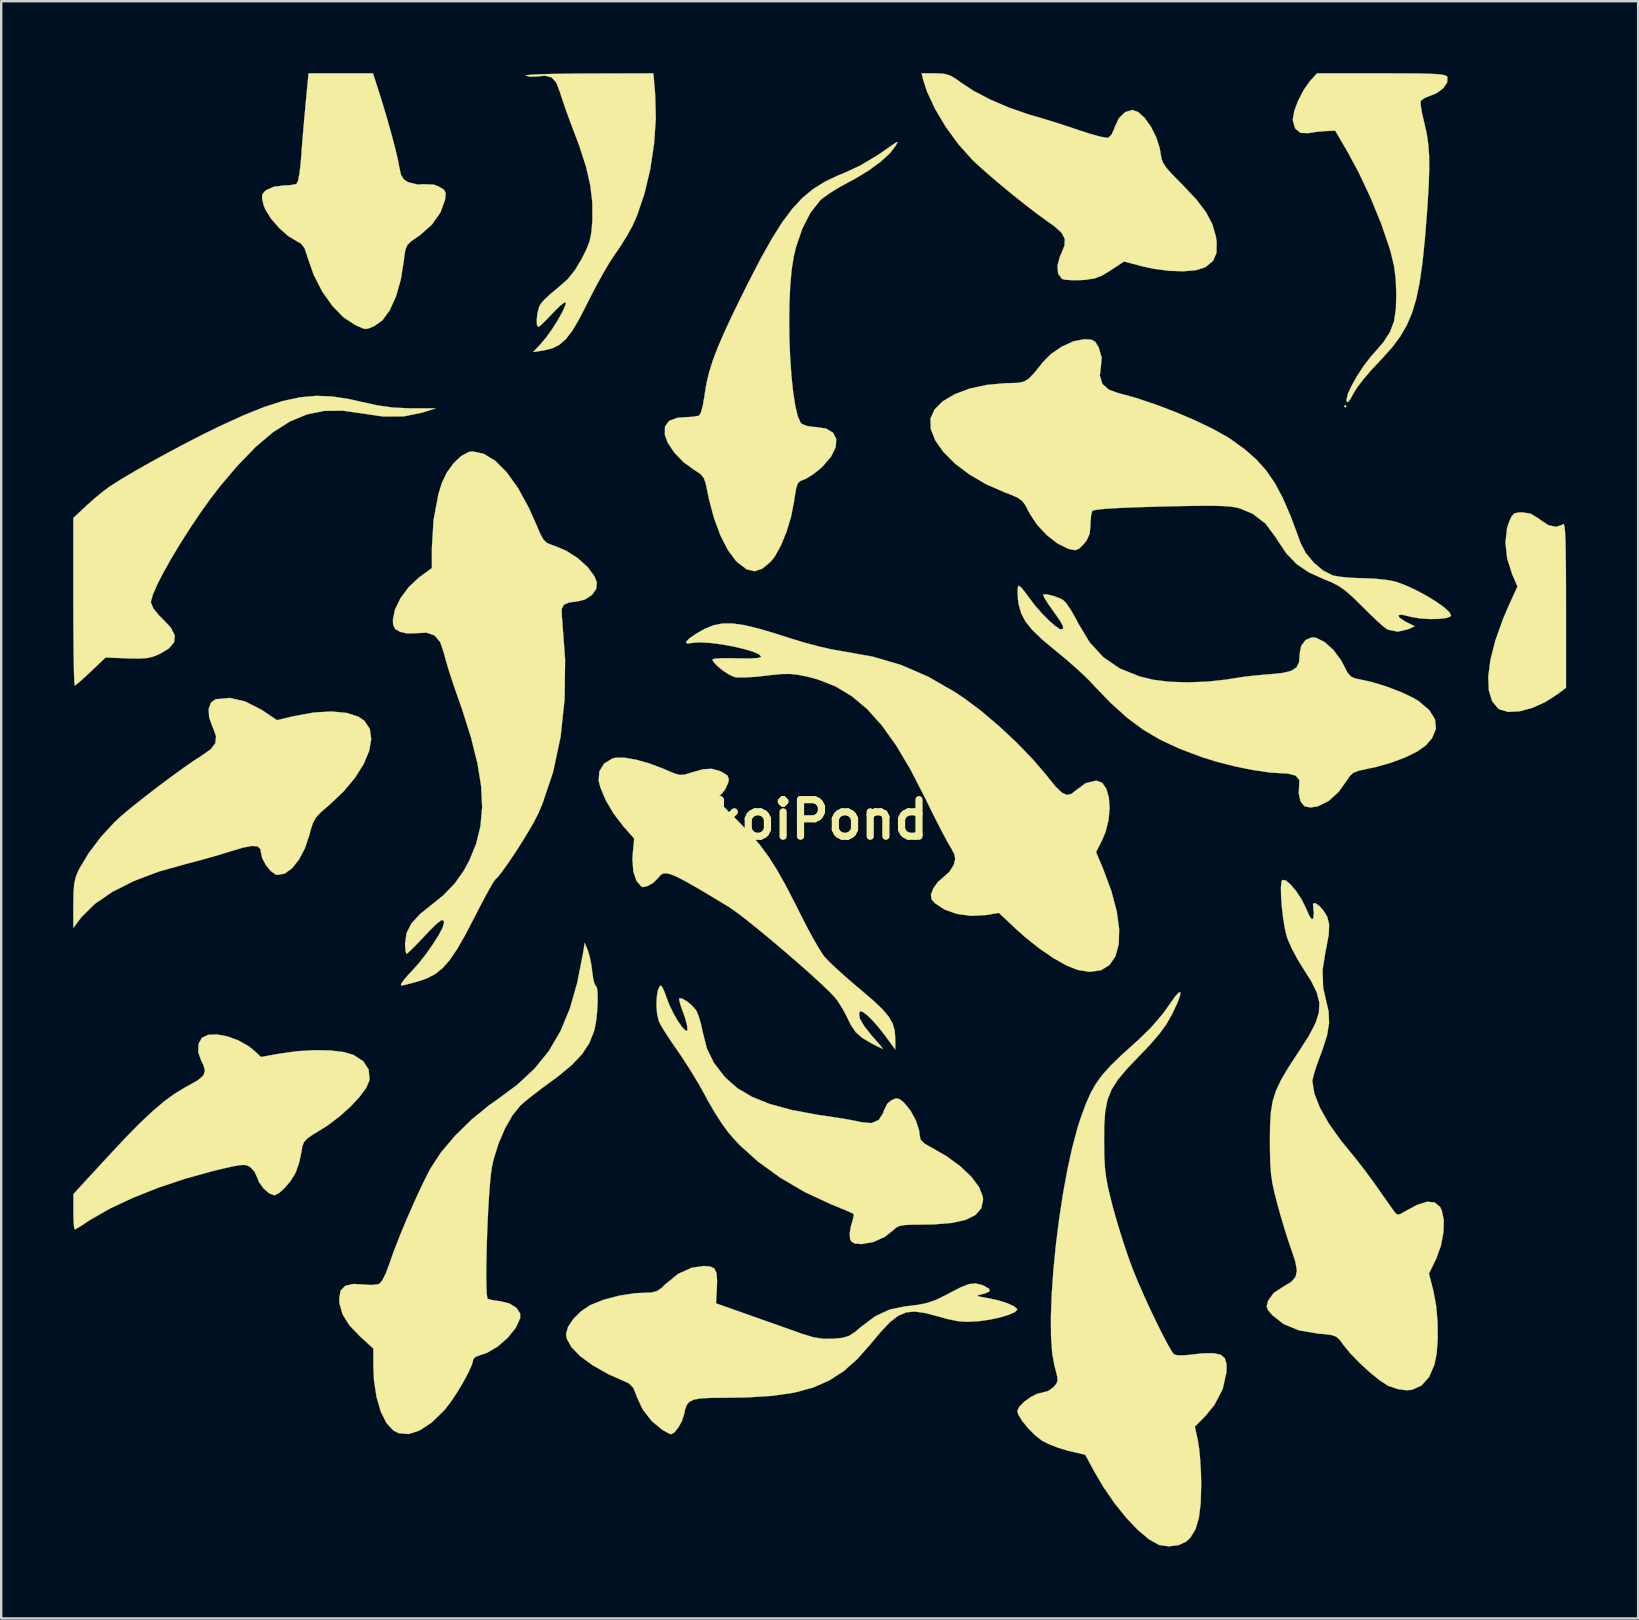
<source format=kicad_pcb>
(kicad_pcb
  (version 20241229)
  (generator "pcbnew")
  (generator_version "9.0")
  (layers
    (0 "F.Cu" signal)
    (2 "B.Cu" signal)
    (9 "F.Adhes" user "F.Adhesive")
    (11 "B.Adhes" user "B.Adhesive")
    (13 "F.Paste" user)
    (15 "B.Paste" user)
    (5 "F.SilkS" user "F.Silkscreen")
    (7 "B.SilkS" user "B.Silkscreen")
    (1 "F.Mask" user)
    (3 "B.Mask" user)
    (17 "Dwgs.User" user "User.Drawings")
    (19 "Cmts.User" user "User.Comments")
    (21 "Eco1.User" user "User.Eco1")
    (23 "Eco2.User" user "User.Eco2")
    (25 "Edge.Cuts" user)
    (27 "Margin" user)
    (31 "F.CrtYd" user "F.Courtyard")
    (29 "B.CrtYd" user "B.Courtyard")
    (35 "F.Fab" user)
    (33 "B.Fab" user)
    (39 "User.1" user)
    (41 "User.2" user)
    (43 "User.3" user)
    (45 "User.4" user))
  (footprint "koiPond"
    (layer "F.Cu")
    (at 31.095 31.095)
    (property "Reference" "koiPond" (at 0 0 0) (layer "F.SilkS") (effects (font (size 1.524 1.524) (thickness 0.3))))
    (attr through_hole)
    (fp_poly (pts (xy 21.946 -17.221) (xy 21.895 -17.17) (xy 21.844 -17.221) (xy 21.895 -17.272) (xy 21.946 -17.221)) (stroke (width 0.01) (type solid)) (fill yes) (layer "F.SilkS"))
    (fp_poly (pts (xy 29.618 -12.746) (xy 29.939 -12.554) (xy 30.007 -12.497) (xy 30.354 -12.269) (xy 30.677 -12.196) (xy 30.937 -12.286) (xy 30.968 -12.314) (xy 31.002 -12.305) (xy 31.029 -12.194) (xy 31.051 -11.965) (xy 31.067 -11.603) (xy 31.078 -11.093) (xy 31.086 -10.42) (xy 31.089 -9.567) (xy 31.09 -8.966) (xy 31.09 -5.497) (xy 30.759 -5.244) (xy 30.227 -4.901) (xy 29.678 -4.654) (xy 29.15 -4.514) (xy 28.685 -4.49) (xy 28.322 -4.593) (xy 28.275 -4.623) (xy 28.016 -4.926) (xy 27.875 -5.377) (xy 27.851 -5.96) (xy 27.941 -6.66) (xy 28.145 -7.461) (xy 28.46 -8.347) (xy 28.717 -8.946) (xy 29.068 -9.714) (xy 28.85 -10.216) (xy 28.641 -10.872) (xy 28.567 -11.533) (xy 28.632 -12.137) (xy 28.696 -12.344) (xy 28.814 -12.62) (xy 28.931 -12.755) (xy 29.11 -12.798) (xy 29.266 -12.802) (xy 29.618 -12.746)) (stroke (width 0.01) (type solid)) (fill yes) (layer "F.SilkS"))
    (fp_poly (pts (xy -18.403 -30.455) (xy -18.202 -29.814) (xy -18.006 -29.153) (xy -17.827 -28.513) (xy -17.676 -27.939) (xy -17.566 -27.474) (xy -17.511 -27.18) (xy -17.442 -26.861) (xy -17.32 -26.671) (xy -17.153 -26.559) (xy -16.742 -26.455) (xy -16.52 -26.472) (xy -16.076 -26.455) (xy -15.858 -26.37) (xy -15.65 -26.241) (xy -15.578 -26.097) (xy -15.601 -25.85) (xy -15.606 -25.827) (xy -15.797 -25.295) (xy -16.157 -24.786) (xy -16.652 -24.347) (xy -16.73 -24.294) (xy -17.01 -24.101) (xy -17.172 -23.944) (xy -17.256 -23.751) (xy -17.304 -23.454) (xy -17.322 -23.29) (xy -17.45 -22.497) (xy -17.648 -21.803) (xy -17.904 -21.232) (xy -18.207 -20.811) (xy -18.545 -20.566) (xy -18.548 -20.565) (xy -18.766 -20.473) (xy -18.903 -20.439) (xy -19.039 -20.469) (xy -19.257 -20.567) (xy -19.355 -20.612) (xy -19.834 -20.925) (xy -20.299 -21.401) (xy -20.722 -22.002) (xy -21.075 -22.688) (xy -21.332 -23.419) (xy -21.348 -23.478) (xy -21.458 -23.806) (xy -21.602 -23.996) (xy -21.771 -24.091) (xy -22.133 -24.308) (xy -22.51 -24.641) (xy -22.848 -25.029) (xy -23.091 -25.415) (xy -23.166 -25.607) (xy -23.23 -25.887) (xy -23.218 -26.051) (xy -23.114 -26.175) (xy -23.047 -26.229) (xy -22.744 -26.365) (xy -22.352 -26.415) (xy -22.049 -26.433) (xy -21.829 -26.474) (xy -21.783 -26.494) (xy -21.728 -26.622) (xy -21.673 -26.904) (xy -21.625 -27.292) (xy -21.605 -27.534) (xy -21.567 -28.039) (xy -21.517 -28.661) (xy -21.46 -29.311) (xy -21.416 -29.794) (xy -21.292 -31.09) (xy -18.609 -31.09) (xy -18.403 -30.455)) (stroke (width 0.01) (type solid)) (fill yes) (layer "F.SilkS"))
    (fp_poly (pts (xy -20.292 -17.628) (xy -19.591 -17.519) (xy -19.152 -17.419) (xy -18.434 -17.26) (xy -17.8 -17.17) (xy -17.146 -17.137) (xy -17.018 -17.136) (xy -16.002 -17.134) (xy -16.561 -16.955) (xy -17.336 -16.798) (xy -18.207 -16.797) (xy -19.08 -16.926) (xy -19.889 -17.04) (xy -20.645 -17.028) (xy -21.365 -16.881) (xy -22.068 -16.588) (xy -22.771 -16.141) (xy -23.493 -15.531) (xy -24.252 -14.747) (xy -24.956 -13.919) (xy -25.372 -13.38) (xy -25.803 -12.778) (xy -26.232 -12.139) (xy -26.644 -11.492) (xy -27.02 -10.864) (xy -27.346 -10.283) (xy -27.605 -9.775) (xy -27.78 -9.369) (xy -27.856 -9.091) (xy -27.857 -9.042) (xy -27.759 -8.802) (xy -27.516 -8.503) (xy -27.389 -8.382) (xy -27.03 -8.002) (xy -26.864 -7.674) (xy -26.892 -7.388) (xy -27.115 -7.129) (xy -27.483 -6.909) (xy -27.748 -6.797) (xy -28.011 -6.734) (xy -28.338 -6.711) (xy -28.796 -6.719) (xy -28.846 -6.721) (xy -29.748 -6.756) (xy -30.36 -6.172) (xy -30.648 -5.904) (xy -30.878 -5.701) (xy -31.014 -5.596) (xy -31.031 -5.588) (xy -31.045 -5.686) (xy -31.058 -5.963) (xy -31.069 -6.398) (xy -31.078 -6.966) (xy -31.084 -7.645) (xy -31.089 -8.41) (xy -31.09 -9.078) (xy -31.09 -12.569) (xy -30.556 -13.071) (xy -30.206 -13.383) (xy -29.833 -13.687) (xy -29.566 -13.884) (xy -29.13 -14.162) (xy -28.553 -14.505) (xy -27.873 -14.89) (xy -27.133 -15.296) (xy -26.373 -15.699) (xy -25.633 -16.078) (xy -25.053 -16.362) (xy -24.032 -16.831) (xy -23.145 -17.189) (xy -22.36 -17.442) (xy -21.644 -17.595) (xy -20.965 -17.656) (xy -20.292 -17.628)) (stroke (width 0.01) (type solid)) (fill yes) (layer "F.SilkS"))
    (fp_poly (pts (xy -23.939 -4.927) (xy -23.263 -4.585) (xy -23.146 -4.508) (xy -22.608 -4.147) (xy -21.892 -4.315) (xy -21.071 -4.464) (xy -20.334 -4.507) (xy -19.705 -4.448) (xy -19.211 -4.287) (xy -18.961 -4.117) (xy -18.741 -3.784) (xy -18.68 -3.358) (xy -18.768 -2.861) (xy -18.997 -2.316) (xy -19.357 -1.745) (xy -19.839 -1.169) (xy -20.433 -0.609) (xy -20.463 -0.584) (xy -20.781 -0.31) (xy -20.983 -0.091) (xy -21.111 0.14) (xy -21.211 0.451) (xy -21.259 0.641) (xy -21.445 1.196) (xy -21.694 1.667) (xy -21.982 2.027) (xy -22.287 2.247) (xy -22.585 2.302) (xy -22.659 2.285) (xy -22.865 2.142) (xy -23.072 1.887) (xy -23.223 1.6) (xy -23.266 1.409) (xy -23.301 1.215) (xy -23.42 1.11) (xy -23.649 1.093) (xy -24.013 1.162) (xy -24.537 1.316) (xy -24.555 1.322) (xy -25.096 1.488) (xy -25.681 1.655) (xy -26.209 1.796) (xy -26.375 1.837) (xy -27.539 2.164) (xy -28.576 2.557) (xy -29.467 3.008) (xy -30.195 3.508) (xy -30.742 4.047) (xy -30.81 4.134) (xy -31.09 4.507) (xy -31.09 3.52) (xy -31.082 3.023) (xy -31.052 2.668) (xy -30.99 2.391) (xy -30.885 2.132) (xy -30.846 2.053) (xy -30.454 1.399) (xy -29.944 0.725) (xy -29.377 0.107) (xy -29.097 -0.152) (xy -28.675 -0.505) (xy -28.163 -0.914) (xy -27.602 -1.346) (xy -27.035 -1.77) (xy -26.504 -2.156) (xy -26.051 -2.47) (xy -25.752 -2.662) (xy -25.371 -2.93) (xy -25.174 -3.188) (xy -25.145 -3.475) (xy -25.271 -3.83) (xy -25.297 -3.88) (xy -25.434 -4.263) (xy -25.452 -4.613) (xy -25.355 -4.882) (xy -25.162 -5.018) (xy -24.572 -5.072) (xy -23.939 -4.927)) (stroke (width 0.01) (type solid)) (fill yes) (layer "F.SilkS"))
    (fp_poly (pts (xy -6.852 -30.201) (xy -6.826 -29.212) (xy -6.898 -28.157) (xy -7.059 -27.092) (xy -7.299 -26.076) (xy -7.608 -25.165) (xy -7.813 -24.709) (xy -8.034 -24.313) (xy -8.315 -23.864) (xy -8.551 -23.52) (xy -8.76 -23.203) (xy -9.024 -22.754) (xy -9.314 -22.228) (xy -9.6 -21.676) (xy -9.68 -21.515) (xy -10.014 -20.861) (xy -10.303 -20.372) (xy -10.571 -20.022) (xy -10.841 -19.785) (xy -11.139 -19.636) (xy -11.489 -19.549) (xy -11.543 -19.54) (xy -11.938 -19.48) (xy -11.614 -19.824) (xy -11.385 -20.1) (xy -11.138 -20.448) (xy -10.903 -20.819) (xy -10.712 -21.162) (xy -10.594 -21.427) (xy -10.571 -21.533) (xy -10.634 -21.545) (xy -10.803 -21.418) (xy -11.055 -21.172) (xy -11.115 -21.107) (xy -11.377 -20.832) (xy -11.588 -20.626) (xy -11.709 -20.527) (xy -11.72 -20.523) (xy -11.777 -20.61) (xy -11.787 -20.822) (xy -11.757 -21.09) (xy -11.693 -21.344) (xy -11.631 -21.477) (xy -11.474 -21.657) (xy -11.21 -21.904) (xy -10.895 -22.165) (xy -10.891 -22.168) (xy -10.501 -22.511) (xy -10.193 -22.892) (xy -9.907 -23.377) (xy -9.704 -23.785) (xy -9.58 -24.115) (xy -9.511 -24.454) (xy -9.474 -24.889) (xy -9.468 -25.011) (xy -9.471 -25.719) (xy -9.557 -26.435) (xy -9.734 -27.203) (xy -10.013 -28.068) (xy -10.213 -28.6) (xy -10.407 -29.111) (xy -10.591 -29.619) (xy -10.741 -30.057) (xy -10.818 -30.302) (xy -10.97 -30.699) (xy -11.166 -30.921) (xy -11.445 -30.993) (xy -11.764 -30.96) (xy -12.049 -30.951) (xy -12.243 -30.992) (xy -12.201 -31.014) (xy -11.979 -31.035) (xy -11.598 -31.053) (xy -11.082 -31.067) (xy -10.453 -31.077) (xy -9.733 -31.082) (xy -9.687 -31.082) (xy -6.927 -31.09) (xy -6.852 -30.201)) (stroke (width 0.01) (type solid)) (fill yes) (layer "F.SilkS"))
    (fp_poly (pts (xy -24.668 9.029) (xy -24.212 9.197) (xy -23.786 9.438) (xy -23.55 9.628) (xy -23.275 9.885) (xy -22.483 9.743) (xy -21.762 9.644) (xy -21.047 9.601) (xy -20.385 9.614) (xy -19.826 9.68) (xy -19.421 9.798) (xy -19.015 10.063) (xy -18.789 10.405) (xy -18.751 10.811) (xy -18.762 10.877) (xy -18.893 11.176) (xy -19.165 11.545) (xy -19.541 11.948) (xy -19.988 12.351) (xy -20.47 12.718) (xy -20.759 12.903) (xy -21.126 13.126) (xy -21.355 13.289) (xy -21.484 13.435) (xy -21.551 13.606) (xy -21.591 13.846) (xy -21.594 13.868) (xy -21.678 14.261) (xy -21.805 14.641) (xy -21.856 14.753) (xy -22.047 15.058) (xy -22.284 15.341) (xy -22.52 15.554) (xy -22.707 15.646) (xy -22.718 15.646) (xy -22.935 15.564) (xy -23.168 15.36) (xy -23.354 15.101) (xy -23.42 14.931) (xy -23.545 14.656) (xy -23.724 14.469) (xy -23.836 14.409) (xy -23.968 14.382) (xy -24.159 14.392) (xy -24.446 14.442) (xy -24.865 14.537) (xy -25.264 14.633) (xy -26.424 14.953) (xy -27.557 15.333) (xy -28.621 15.756) (xy -29.574 16.204) (xy -30.377 16.663) (xy -30.549 16.777) (xy -30.803 16.944) (xy -30.983 17.05) (xy -31.032 17.069) (xy -31.06 16.976) (xy -31.079 16.73) (xy -31.088 16.382) (xy -31.088 16.332) (xy -31.086 15.596) (xy -29.673 14.059) (xy -28.955 13.291) (xy -28.34 12.664) (xy -27.804 12.157) (xy -27.326 11.75) (xy -26.882 11.425) (xy -26.45 11.16) (xy -26.283 11.07) (xy -25.891 10.847) (xy -25.673 10.654) (xy -25.607 10.454) (xy -25.675 10.211) (xy -25.756 10.058) (xy -25.886 9.69) (xy -25.873 9.339) (xy -25.736 9.088) (xy -25.479 8.963) (xy -25.106 8.947) (xy -24.668 9.029)) (stroke (width 0.01) (type solid)) (fill yes) (layer "F.SilkS"))
    (fp_poly (pts (xy 24.222 -31.088) (xy 24.859 -31.084) (xy 25.339 -31.074) (xy 25.683 -31.059) (xy 25.914 -31.037) (xy 26.055 -31.006) (xy 26.128 -30.965) (xy 26.151 -30.93) (xy 26.138 -30.706) (xy 25.975 -30.469) (xy 25.706 -30.267) (xy 25.471 -30.171) (xy 25.211 -30.071) (xy 25.05 -29.957) (xy 25.034 -29.931) (xy 25.035 -29.775) (xy 25.082 -29.481) (xy 25.165 -29.105) (xy 25.192 -29.002) (xy 25.288 -28.578) (xy 25.352 -28.14) (xy 25.387 -27.652) (xy 25.391 -27.078) (xy 25.367 -26.384) (xy 25.316 -25.535) (xy 25.295 -25.248) (xy 25.204 -24.116) (xy 25.105 -23.161) (xy 24.988 -22.357) (xy 24.847 -21.679) (xy 24.672 -21.1) (xy 24.455 -20.594) (xy 24.188 -20.135) (xy 23.863 -19.697) (xy 23.47 -19.254) (xy 23.323 -19.101) (xy 22.964 -18.715) (xy 22.639 -18.333) (xy 22.387 -18.004) (xy 22.262 -17.805) (xy 22.095 -17.502) (xy 21.992 -17.383) (xy 21.948 -17.443) (xy 21.946 -17.501) (xy 22.005 -17.74) (xy 22.164 -18.087) (xy 22.393 -18.49) (xy 22.662 -18.901) (xy 22.942 -19.268) (xy 23.064 -19.406) (xy 23.48 -19.885) (xy 23.759 -20.316) (xy 23.926 -20.762) (xy 24.004 -21.286) (xy 24.02 -21.895) (xy 23.996 -22.522) (xy 23.928 -23.056) (xy 23.799 -23.602) (xy 23.734 -23.825) (xy 23.388 -24.835) (xy 22.949 -25.908) (xy 22.458 -26.953) (xy 22.008 -27.788) (xy 21.475 -28.702) (xy 21.075 -28.685) (xy 20.718 -28.655) (xy 20.386 -28.604) (xy 20.362 -28.599) (xy 20.035 -28.608) (xy 19.812 -28.783) (xy 19.714 -29.107) (xy 19.711 -29.192) (xy 19.772 -29.53) (xy 19.931 -29.95) (xy 20.153 -30.38) (xy 20.406 -30.746) (xy 20.461 -30.81) (xy 20.717 -31.09) (xy 23.403 -31.09) (xy 24.222 -31.088)) (stroke (width 0.01) (type solid)) (fill yes) (layer "F.SilkS"))
    (fp_poly (pts (xy 5.17 -31.073) (xy 5.436 -30.999) (xy 5.709 -30.835) (xy 5.867 -30.718) (xy 6.415 -30.357) (xy 7.107 -29.996) (xy 7.883 -29.664) (xy 8.684 -29.385) (xy 8.89 -29.325) (xy 9.408 -29.172) (xy 10.016 -28.982) (xy 10.612 -28.786) (xy 10.839 -28.708) (xy 11.278 -28.566) (xy 11.656 -28.462) (xy 11.927 -28.408) (xy 12.032 -28.408) (xy 12.158 -28.539) (xy 12.273 -28.787) (xy 12.295 -28.861) (xy 12.465 -29.224) (xy 12.723 -29.474) (xy 13.02 -29.566) (xy 13.274 -29.474) (xy 13.543 -29.226) (xy 13.8 -28.866) (xy 14.016 -28.437) (xy 14.163 -27.982) (xy 14.203 -27.749) (xy 14.238 -27.543) (xy 14.309 -27.358) (xy 14.441 -27.158) (xy 14.661 -26.907) (xy 14.994 -26.565) (xy 15.136 -26.424) (xy 15.694 -25.832) (xy 16.095 -25.303) (xy 16.358 -24.804) (xy 16.504 -24.3) (xy 16.537 -24.069) (xy 16.53 -23.613) (xy 16.39 -23.282) (xy 16.095 -23.036) (xy 16.025 -22.998) (xy 15.665 -22.889) (xy 15.163 -22.845) (xy 14.571 -22.863) (xy 13.939 -22.943) (xy 13.424 -23.055) (xy 12.676 -23.252) (xy 12.116 -22.881) (xy 11.757 -22.664) (xy 11.448 -22.545) (xy 11.084 -22.49) (xy 10.884 -22.477) (xy 10.521 -22.472) (xy 10.234 -22.491) (xy 10.092 -22.527) (xy 9.931 -22.751) (xy 9.905 -23.083) (xy 10.014 -23.476) (xy 10.058 -23.571) (xy 10.198 -23.913) (xy 10.211 -24.19) (xy 10.081 -24.442) (xy 9.79 -24.71) (xy 9.525 -24.9) (xy 9.094 -25.21) (xy 8.571 -25.611) (xy 8.003 -26.064) (xy 7.436 -26.532) (xy 6.919 -26.976) (xy 6.496 -27.358) (xy 6.338 -27.511) (xy 5.771 -28.148) (xy 5.249 -28.866) (xy 4.804 -29.612) (xy 4.47 -30.333) (xy 4.315 -30.812) (xy 4.245 -31.09) (xy 4.814 -31.09) (xy 5.17 -31.073)) (stroke (width 0.01) (type solid)) (fill yes) (layer "F.SilkS"))
    (fp_poly (pts (xy 3.238 -28.217) (xy 3.172 -28.084) (xy 2.93 -27.766) (xy 2.538 -27.407) (xy 2.035 -27.039) (xy 1.462 -26.693) (xy 1.252 -26.583) (xy 0.82 -26.347) (xy 0.419 -26.099) (xy 0.11 -25.878) (xy 0.016 -25.795) (xy -0.383 -25.286) (xy -0.725 -24.618) (xy -0.992 -23.83) (xy -1.08 -23.459) (xy -1.166 -22.916) (xy -1.226 -22.268) (xy -1.26 -21.543) (xy -1.271 -20.771) (xy -1.26 -19.983) (xy -1.227 -19.207) (xy -1.175 -18.472) (xy -1.105 -17.81) (xy -1.018 -17.248) (xy -0.916 -16.817) (xy -0.8 -16.546) (xy -0.744 -16.485) (xy -0.53 -16.4) (xy -0.23 -16.359) (xy -0.18 -16.358) (xy 0.266 -16.294) (xy 0.558 -16.119) (xy 0.692 -15.853) (xy 0.668 -15.518) (xy 0.482 -15.135) (xy 0.134 -14.726) (xy -0.02 -14.586) (xy -0.303 -14.368) (xy -0.562 -14.208) (xy -0.679 -14.159) (xy -0.819 -14.106) (xy -0.913 -14.002) (xy -0.98 -13.802) (xy -1.039 -13.463) (xy -1.067 -13.259) (xy -1.19 -12.627) (xy -1.38 -11.995) (xy -1.615 -11.42) (xy -1.874 -10.958) (xy -2.035 -10.754) (xy -2.386 -10.457) (xy -2.714 -10.349) (xy -3.046 -10.432) (xy -3.408 -10.706) (xy -3.508 -10.807) (xy -3.83 -11.242) (xy -4.133 -11.838) (xy -4.399 -12.552) (xy -4.611 -13.343) (xy -4.671 -13.637) (xy -4.746 -14.005) (xy -4.829 -14.236) (xy -4.957 -14.392) (xy -5.166 -14.535) (xy -5.235 -14.576) (xy -5.674 -14.896) (xy -6.054 -15.29) (xy -6.331 -15.704) (xy -6.45 -16.031) (xy -6.444 -16.378) (xy -6.27 -16.614) (xy -5.927 -16.741) (xy -5.602 -16.766) (xy -5.293 -16.782) (xy -5.063 -16.822) (xy -5.01 -16.844) (xy -4.942 -16.975) (xy -4.868 -17.255) (xy -4.801 -17.63) (xy -4.785 -17.751) (xy -4.715 -18.186) (xy -4.607 -18.636) (xy -4.453 -19.126) (xy -4.241 -19.682) (xy -3.962 -20.328) (xy -3.606 -21.091) (xy -3.162 -21.996) (xy -2.984 -22.352) (xy -2.463 -23.359) (xy -1.995 -24.197) (xy -1.561 -24.885) (xy -1.141 -25.446) (xy -0.72 -25.9) (xy -0.276 -26.268) (xy 0.206 -26.57) (xy 0.746 -26.829) (xy 1.02 -26.939) (xy 1.691 -27.25) (xy 2.436 -27.695) (xy 3.038 -28.113) (xy 3.205 -28.228) (xy 3.238 -28.217)) (stroke (width 0.01) (type solid)) (fill yes) (layer "F.SilkS"))
    (fp_poly (pts (xy -9.66 5.436) (xy -9.577 5.712) (xy -9.505 6.087) (xy -9.476 6.325) (xy -9.432 6.638) (xy -9.377 6.85) (xy -9.333 6.909) (xy -9.278 7.001) (xy -9.251 7.244) (xy -9.248 7.588) (xy -9.269 7.981) (xy -9.312 8.375) (xy -9.375 8.718) (xy -9.401 8.816) (xy -9.596 9.305) (xy -9.893 9.76) (xy -10.318 10.212) (xy -10.897 10.691) (xy -11.174 10.895) (xy -11.595 11.205) (xy -11.991 11.509) (xy -12.31 11.768) (xy -12.471 11.911) (xy -12.797 12.315) (xy -13.109 12.864) (xy -13.382 13.502) (xy -13.589 14.169) (xy -13.656 14.478) (xy -13.702 14.811) (xy -13.745 15.274) (xy -13.785 15.834) (xy -13.819 16.458) (xy -13.848 17.115) (xy -13.87 17.772) (xy -13.884 18.398) (xy -13.889 18.96) (xy -13.884 19.426) (xy -13.868 19.763) (xy -13.84 19.94) (xy -13.829 19.958) (xy -13.673 20.005) (xy -13.402 20.048) (xy -13.308 20.059) (xy -12.924 20.153) (xy -12.634 20.335) (xy -12.479 20.57) (xy -12.474 20.759) (xy -12.661 21.167) (xy -12.99 21.578) (xy -13.407 21.942) (xy -13.857 22.209) (xy -14.145 22.306) (xy -14.348 22.384) (xy -14.427 22.476) (xy -14.483 22.694) (xy -14.632 23.028) (xy -14.847 23.43) (xy -15.101 23.854) (xy -15.366 24.252) (xy -15.617 24.577) (xy -15.651 24.616) (xy -16.169 25.117) (xy -16.665 25.444) (xy -17.125 25.592) (xy -17.539 25.556) (xy -17.759 25.444) (xy -18.047 25.133) (xy -18.284 24.657) (xy -18.461 24.048) (xy -18.567 23.341) (xy -18.593 22.746) (xy -18.593 22.032) (xy -19.14 21.532) (xy -19.594 21.058) (xy -19.875 20.61) (xy -20.003 20.154) (xy -20.015 19.94) (xy -19.954 19.614) (xy -19.76 19.416) (xy -19.42 19.34) (xy -19.001 19.364) (xy -18.675 19.383) (xy -18.412 19.356) (xy -18.337 19.33) (xy -18.22 19.188) (xy -18.078 18.909) (xy -17.943 18.551) (xy -17.936 18.531) (xy -17.744 17.985) (xy -17.484 17.319) (xy -17.18 16.59) (xy -16.859 15.86) (xy -16.546 15.186) (xy -16.266 14.627) (xy -16.214 14.531) (xy -15.775 13.862) (xy -15.19 13.168) (xy -14.504 12.495) (xy -13.761 11.89) (xy -13.462 11.681) (xy -12.601 11.045) (xy -11.88 10.374) (xy -11.285 9.64) (xy -10.801 8.817) (xy -10.411 7.879) (xy -10.101 6.799) (xy -9.856 5.552) (xy -9.829 5.385) (xy -9.79 5.131) (xy -9.66 5.436)) (stroke (width 0.01) (type solid)) (fill yes) (layer "F.SilkS"))
    (fp_poly (pts (xy -6.543 6.997) (xy -6.446 7.222) (xy -6.384 7.401) (xy -6.258 7.727) (xy -6.093 8.064) (xy -5.914 8.375) (xy -5.743 8.624) (xy -5.603 8.775) (xy -5.519 8.791) (xy -5.507 8.759) (xy -5.526 8.561) (xy -5.607 8.257) (xy -5.688 8.029) (xy -5.795 7.73) (xy -5.851 7.513) (xy -5.849 7.441) (xy -5.732 7.45) (xy -5.536 7.564) (xy -5.323 7.74) (xy -5.151 7.934) (xy -5.14 7.952) (xy -5.045 8.171) (xy -4.946 8.51) (xy -4.876 8.834) (xy -4.698 9.53) (xy -4.414 10.119) (xy -3.983 10.681) (xy -3.902 10.769) (xy -3.42 11.191) (xy -2.815 11.548) (xy -2.071 11.846) (xy -1.169 12.092) (xy -0.09 12.293) (xy 0.24 12.341) (xy 0.739 12.416) (xy 1.207 12.494) (xy 1.579 12.565) (xy 1.747 12.604) (xy 2.155 12.64) (xy 2.459 12.511) (xy 2.644 12.224) (xy 2.672 12.118) (xy 2.816 11.832) (xy 2.991 11.687) (xy 3.183 11.608) (xy 3.335 11.643) (xy 3.519 11.794) (xy 3.785 12.119) (xy 4.007 12.531) (xy 4.142 12.943) (xy 4.163 13.13) (xy 4.204 13.327) (xy 4.352 13.483) (xy 4.597 13.625) (xy 5.274 14.012) (xy 5.855 14.436) (xy 6.317 14.874) (xy 6.638 15.304) (xy 6.795 15.703) (xy 6.807 15.835) (xy 6.73 16.188) (xy 6.494 16.464) (xy 6.092 16.666) (xy 5.515 16.796) (xy 4.757 16.859) (xy 4.34 16.866) (xy 3.855 16.87) (xy 3.531 16.887) (xy 3.322 16.924) (xy 3.186 16.99) (xy 3.089 17.08) (xy 2.712 17.378) (xy 2.235 17.592) (xy 1.758 17.678) (xy 1.738 17.678) (xy 1.458 17.655) (xy 1.314 17.564) (xy 1.265 17.461) (xy 1.252 17.225) (xy 1.305 16.918) (xy 1.326 16.851) (xy 1.397 16.597) (xy 1.42 16.44) (xy 1.413 16.421) (xy 1.307 16.369) (xy 1.055 16.26) (xy 0.701 16.113) (xy 0.457 16.014) (xy -0.618 15.514) (xy -1.64 14.914) (xy -2.569 14.242) (xy -3.363 13.527) (xy -3.788 13.052) (xy -4.06 12.68) (xy -4.366 12.205) (xy -4.655 11.709) (xy -4.755 11.521) (xy -5.029 11.026) (xy -5.371 10.458) (xy -5.729 9.903) (xy -5.915 9.632) (xy -6.198 9.221) (xy -6.443 8.845) (xy -6.623 8.548) (xy -6.702 8.391) (xy -6.771 8.104) (xy -6.799 7.757) (xy -6.788 7.41) (xy -6.743 7.118) (xy -6.667 6.939) (xy -6.612 6.909) (xy -6.543 6.997)) (stroke (width 0.01) (type solid)) (fill yes) (layer "F.SilkS"))
    (fp_poly (pts (xy -7.656 -2.501) (xy -7.089 -2.341) (xy -6.496 -2.116) (xy -6.383 -2.067) (xy -6.057 -1.927) (xy -5.836 -1.865) (xy -5.639 -1.874) (xy -5.388 -1.947) (xy -5.321 -1.97) (xy -4.859 -2.099) (xy -4.499 -2.12) (xy -4.174 -2.033) (xy -4.05 -1.974) (xy -3.842 -1.838) (xy -3.785 -1.688) (xy -3.809 -1.542) (xy -3.935 -1.263) (xy -4.072 -1.088) (xy -4.218 -0.932) (xy -4.267 -0.848) (xy -4.199 -0.759) (xy -4.012 -0.557) (xy -3.736 -0.273) (xy -3.397 0.065) (xy -3.374 0.088) (xy -2.912 0.563) (xy -2.508 1.031) (xy -2.138 1.53) (xy -1.777 2.096) (xy -1.4 2.766) (xy -0.982 3.577) (xy -0.842 3.861) (xy -0.57 4.396) (xy -0.301 4.897) (xy -0.058 5.32) (xy 0.135 5.623) (xy 0.207 5.719) (xy 0.402 5.924) (xy 0.718 6.222) (xy 1.113 6.577) (xy 1.551 6.954) (xy 1.697 7.076) (xy 2.227 7.53) (xy 2.614 7.897) (xy 2.877 8.207) (xy 3.04 8.493) (xy 3.124 8.784) (xy 3.149 9.111) (xy 3.15 9.152) (xy 3.15 9.573) (xy 2.706 8.97) (xy 2.44 8.633) (xy 2.174 8.332) (xy 1.969 8.136) (xy 1.774 7.996) (xy 1.68 7.983) (xy 1.643 8.073) (xy 1.675 8.29) (xy 1.85 8.597) (xy 2.176 9.006) (xy 2.306 9.152) (xy 2.499 9.372) (xy 2.613 9.515) (xy 2.628 9.546) (xy 2.524 9.501) (xy 2.303 9.392) (xy 2.184 9.331) (xy 1.778 9.094) (xy 1.502 8.853) (xy 1.291 8.539) (xy 1.164 8.275) (xy 0.972 7.904) (xy 0.748 7.551) (xy 0.646 7.419) (xy 0.41 7.168) (xy 0.045 6.819) (xy -0.418 6.396) (xy -0.949 5.927) (xy -1.515 5.439) (xy -2.087 4.956) (xy -2.632 4.507) (xy -3.122 4.116) (xy -3.524 3.811) (xy -3.801 3.622) (xy -4.55 3.171) (xy -5.145 2.818) (xy -5.609 2.556) (xy -5.959 2.376) (xy -6.217 2.27) (xy -6.403 2.23) (xy -6.536 2.248) (xy -6.636 2.314) (xy -6.725 2.422) (xy -6.725 2.422) (xy -6.921 2.619) (xy -7.158 2.761) (xy -7.363 2.809) (xy -7.42 2.792) (xy -7.633 2.548) (xy -7.764 2.154) (xy -7.8 1.648) (xy -7.788 1.441) (xy -7.727 0.789) (xy -8.185 0.267) (xy -8.588 -0.259) (xy -8.918 -0.823) (xy -9.141 -1.36) (xy -9.208 -1.634) (xy -9.177 -2.017) (xy -8.979 -2.336) (xy -8.647 -2.543) (xy -8.508 -2.58) (xy -8.145 -2.584) (xy -7.656 -2.501)) (stroke (width 0.01) (type solid)) (fill yes) (layer "F.SilkS"))
    (fp_poly (pts (xy -4.558 18.613) (xy -4.386 18.697) (xy -4.298 18.881) (xy -4.273 19.2) (xy -4.287 19.601) (xy -4.318 20.148) (xy -2.896 20.65) (xy -2.32 20.854) (xy -1.744 21.058) (xy -1.227 21.241) (xy -0.83 21.383) (xy -0.764 21.407) (xy -0.272 21.559) (xy 0.15 21.625) (xy 0.577 21.621) (xy 0.948 21.585) (xy 1.212 21.507) (xy 1.458 21.352) (xy 1.697 21.149) (xy 2.307 20.69) (xy 2.918 20.405) (xy 3.564 20.273) (xy 4.081 20.213) (xy 4.479 20.132) (xy 4.84 20.006) (xy 5.247 19.808) (xy 5.448 19.7) (xy 5.895 19.47) (xy 6.225 19.346) (xy 6.489 19.318) (xy 6.738 19.374) (xy 6.853 19.422) (xy 7.065 19.547) (xy 7.079 19.647) (xy 6.892 19.733) (xy 6.782 19.762) (xy 6.603 19.808) (xy 6.569 19.841) (xy 6.7 19.877) (xy 6.987 19.926) (xy 7.414 20.017) (xy 7.793 20.134) (xy 8.077 20.26) (xy 8.221 20.376) (xy 8.23 20.407) (xy 8.136 20.509) (xy 7.886 20.622) (xy 7.525 20.731) (xy 7.097 20.825) (xy 6.648 20.889) (xy 6.547 20.898) (xy 6.133 20.917) (xy 5.762 20.89) (xy 5.352 20.807) (xy 4.921 20.689) (xy 4.393 20.55) (xy 3.964 20.49) (xy 3.6 20.525) (xy 3.264 20.669) (xy 2.921 20.938) (xy 2.533 21.347) (xy 2.101 21.866) (xy 1.559 22.477) (xy 0.999 22.973) (xy 0.394 23.363) (xy -0.283 23.658) (xy -1.058 23.867) (xy -1.958 23.999) (xy -3.01 24.066) (xy -3.861 24.079) (xy -4.479 24.084) (xy -4.925 24.105) (xy -5.231 24.155) (xy -5.426 24.246) (xy -5.544 24.39) (xy -5.614 24.599) (xy -5.647 24.768) (xy -5.737 25.044) (xy -5.886 25.318) (xy -6.053 25.526) (xy -6.19 25.603) (xy -6.307 25.555) (xy -6.52 25.436) (xy -6.561 25.412) (xy -6.997 25.052) (xy -7.368 24.573) (xy -7.611 24.057) (xy -7.626 24.008) (xy -7.759 23.67) (xy -7.942 23.484) (xy -8.017 23.448) (xy -8.795 23.102) (xy -9.454 22.731) (xy -9.976 22.348) (xy -10.343 21.969) (xy -10.539 21.607) (xy -10.566 21.427) (xy -10.482 21.129) (xy -10.258 20.795) (xy -9.938 20.477) (xy -9.565 20.226) (xy -9.554 20.22) (xy -9.003 19.999) (xy -8.35 19.827) (xy -7.693 19.727) (xy -7.362 19.71) (xy -7.012 19.698) (xy -6.781 19.641) (xy -6.585 19.505) (xy -6.431 19.354) (xy -5.9 18.922) (xy -5.326 18.664) (xy -4.832 18.593) (xy -4.558 18.613)) (stroke (width 0.01) (type solid)) (fill yes) (layer "F.SilkS"))
    (fp_poly (pts (xy 15.008 7.342) (xy 14.892 7.651) (xy 14.678 8.107) (xy 14.448 8.511) (xy 14.152 8.921) (xy 13.757 9.378) (xy 13.318 9.837) (xy 12.803 10.374) (xy 12.424 10.826) (xy 12.159 11.242) (xy 11.989 11.67) (xy 11.893 12.159) (xy 11.853 12.756) (xy 11.848 13.411) (xy 11.856 13.999) (xy 11.88 14.467) (xy 11.928 14.883) (xy 12.01 15.319) (xy 12.136 15.842) (xy 12.224 16.181) (xy 12.405 16.822) (xy 12.622 17.521) (xy 12.846 18.192) (xy 13.04 18.723) (xy 13.245 19.224) (xy 13.486 19.776) (xy 13.745 20.344) (xy 14.007 20.896) (xy 14.257 21.398) (xy 14.476 21.817) (xy 14.65 22.12) (xy 14.762 22.273) (xy 14.77 22.279) (xy 14.934 22.315) (xy 15.213 22.311) (xy 15.342 22.298) (xy 15.96 22.23) (xy 16.406 22.224) (xy 16.704 22.289) (xy 16.877 22.436) (xy 16.949 22.677) (xy 16.946 23.014) (xy 16.788 23.717) (xy 16.442 24.383) (xy 16.045 24.863) (xy 15.629 25.284) (xy 15.757 25.875) (xy 15.81 26.222) (xy 15.854 26.703) (xy 15.883 27.248) (xy 15.893 27.686) (xy 15.872 28.473) (xy 15.796 29.087) (xy 15.656 29.555) (xy 15.448 29.9) (xy 15.269 30.073) (xy 14.951 30.219) (xy 14.549 30.271) (xy 14.161 30.217) (xy 14.122 30.204) (xy 13.721 29.98) (xy 13.265 29.598) (xy 12.779 29.089) (xy 12.29 28.482) (xy 11.824 27.805) (xy 11.449 27.17) (xy 11.062 26.455) (xy 10.371 26.293) (xy 9.941 26.167) (xy 9.524 26.003) (xy 9.259 25.865) (xy 8.979 25.648) (xy 8.693 25.362) (xy 8.445 25.058) (xy 8.277 24.789) (xy 8.23 24.633) (xy 8.313 24.458) (xy 8.52 24.248) (xy 8.791 24.051) (xy 9.063 23.913) (xy 9.231 23.876) (xy 9.53 23.794) (xy 9.738 23.639) (xy 9.855 23.505) (xy 9.907 23.382) (xy 9.898 23.21) (xy 9.831 22.93) (xy 9.781 22.75) (xy 9.686 22.224) (xy 9.637 21.532) (xy 9.632 20.704) (xy 9.666 19.769) (xy 9.737 18.759) (xy 9.841 17.703) (xy 9.975 16.632) (xy 10.137 15.576) (xy 10.322 14.566) (xy 10.528 13.632) (xy 10.751 12.804) (xy 10.878 12.41) (xy 11.078 11.864) (xy 11.276 11.409) (xy 11.498 11.012) (xy 11.77 10.637) (xy 12.12 10.247) (xy 12.572 9.808) (xy 13.154 9.283) (xy 13.25 9.198) (xy 13.799 8.664) (xy 14.291 8.092) (xy 14.545 7.738) (xy 14.795 7.38) (xy 14.957 7.2) (xy 15.029 7.19) (xy 15.008 7.342)) (stroke (width 0.01) (type solid)) (fill yes) (layer "F.SilkS"))
    (fp_poly (pts (xy 8.393 -9.672) (xy 8.562 -9.469) (xy 8.722 -9.247) (xy 8.958 -8.935) (xy 9.243 -8.61) (xy 9.537 -8.31) (xy 9.803 -8.074) (xy 10 -7.941) (xy 10.056 -7.925) (xy 10.143 -7.958) (xy 10.131 -8.073) (xy 10.009 -8.292) (xy 9.767 -8.639) (xy 9.71 -8.717) (xy 9.501 -9.016) (xy 9.358 -9.249) (xy 9.309 -9.372) (xy 9.311 -9.379) (xy 9.442 -9.39) (xy 9.684 -9.336) (xy 9.966 -9.237) (xy 10.136 -9.157) (xy 10.271 -9.019) (xy 10.458 -8.745) (xy 10.666 -8.381) (xy 10.769 -8.181) (xy 11.244 -7.389) (xy 11.818 -6.765) (xy 12.509 -6.294) (xy 13.337 -5.963) (xy 13.878 -5.832) (xy 14.545 -5.746) (xy 15.332 -5.72) (xy 16.165 -5.752) (xy 16.971 -5.841) (xy 17.251 -5.889) (xy 17.605 -5.943) (xy 18.077 -5.999) (xy 18.583 -6.046) (xy 18.748 -6.058) (xy 19.282 -6.112) (xy 19.643 -6.2) (xy 19.862 -6.341) (xy 19.969 -6.556) (xy 19.994 -6.866) (xy 19.993 -6.902) (xy 20.057 -7.242) (xy 20.243 -7.486) (xy 20.508 -7.594) (xy 20.664 -7.581) (xy 21.027 -7.404) (xy 21.392 -7.079) (xy 21.71 -6.654) (xy 21.835 -6.42) (xy 21.991 -6.12) (xy 22.137 -5.957) (xy 22.331 -5.877) (xy 22.463 -5.852) (xy 23.014 -5.731) (xy 23.622 -5.543) (xy 24.216 -5.316) (xy 24.723 -5.075) (xy 24.953 -4.938) (xy 25.393 -4.565) (xy 25.633 -4.18) (xy 25.671 -3.788) (xy 25.507 -3.392) (xy 25.249 -3.094) (xy 24.902 -2.847) (xy 24.404 -2.6) (xy 23.808 -2.376) (xy 23.165 -2.193) (xy 22.824 -2.121) (xy 22.454 -2.041) (xy 22.225 -1.95) (xy 22.078 -1.815) (xy 21.995 -1.687) (xy 21.621 -1.159) (xy 21.194 -0.774) (xy 20.743 -0.553) (xy 20.439 -0.508) (xy 20.194 -0.558) (xy 20.044 -0.746) (xy 20.022 -0.797) (xy 19.955 -1.101) (xy 19.97 -1.357) (xy 19.98 -1.65) (xy 19.829 -1.835) (xy 19.507 -1.922) (xy 19.309 -1.93) (xy 18.738 -1.967) (xy 18.042 -2.069) (xy 17.283 -2.223) (xy 16.523 -2.418) (xy 15.907 -2.611) (xy 14.982 -2.961) (xy 14.186 -3.33) (xy 13.475 -3.75) (xy 12.802 -4.251) (xy 12.125 -4.862) (xy 11.397 -5.615) (xy 11.278 -5.746) (xy 11.01 -6.014) (xy 10.634 -6.359) (xy 10.203 -6.733) (xy 9.828 -7.041) (xy 9.266 -7.509) (xy 8.855 -7.905) (xy 8.57 -8.26) (xy 8.39 -8.606) (xy 8.288 -8.978) (xy 8.26 -9.184) (xy 8.243 -9.491) (xy 8.259 -9.697) (xy 8.292 -9.751) (xy 8.393 -9.672)) (stroke (width 0.01) (type solid)) (fill yes) (layer "F.SilkS"))
    (fp_poly (pts (xy -13.996 -15.242) (xy -13.515 -14.948) (xy -13.036 -14.47) (xy -12.567 -13.815) (xy -12.117 -12.994) (xy -11.786 -12.249) (xy -11.628 -11.882) (xy -11.5 -11.658) (xy -11.359 -11.529) (xy -11.167 -11.447) (xy -11.091 -11.424) (xy -10.569 -11.208) (xy -10.08 -10.896) (xy -9.669 -10.526) (xy -9.382 -10.137) (xy -9.284 -9.894) (xy -9.309 -9.614) (xy -9.49 -9.357) (xy -9.784 -9.169) (xy -10.068 -9.098) (xy -10.447 -9.046) (xy -10.66 -8.953) (xy -10.746 -8.778) (xy -10.742 -8.48) (xy -10.732 -8.392) (xy -10.605 -6.675) (xy -10.626 -5.021) (xy -10.793 -3.451) (xy -11.105 -1.984) (xy -11.558 -0.64) (xy -11.734 -0.235) (xy -11.901 0.091) (xy -12.135 0.497) (xy -12.41 0.947) (xy -12.702 1.401) (xy -12.986 1.821) (xy -13.235 2.17) (xy -13.427 2.408) (xy -13.514 2.49) (xy -13.591 2.597) (xy -13.741 2.855) (xy -13.947 3.231) (xy -14.191 3.695) (xy -14.375 4.054) (xy -14.769 4.808) (xy -15.108 5.399) (xy -15.414 5.848) (xy -15.707 6.182) (xy -16.008 6.424) (xy -16.337 6.598) (xy -16.629 6.704) (xy -16.987 6.808) (xy -17.278 6.882) (xy -17.438 6.909) (xy -17.439 6.844) (xy -17.318 6.67) (xy -17.099 6.42) (xy -16.995 6.311) (xy -16.696 5.977) (xy -16.389 5.585) (xy -16.102 5.177) (xy -15.863 4.796) (xy -15.702 4.485) (xy -15.646 4.295) (xy -15.676 4.187) (xy -15.775 4.197) (xy -15.959 4.337) (xy -16.245 4.618) (xy -16.489 4.877) (xy -16.779 5.183) (xy -17.018 5.423) (xy -17.172 5.564) (xy -17.21 5.588) (xy -17.248 5.497) (xy -17.27 5.27) (xy -17.272 5.156) (xy -17.208 4.718) (xy -17.005 4.319) (xy -16.641 3.926) (xy -16.302 3.654) (xy -15.683 3.155) (xy -15.208 2.665) (xy -14.829 2.131) (xy -14.596 1.702) (xy -14.309 1.002) (xy -14.13 0.269) (xy -14.06 -0.518) (xy -14.1 -1.38) (xy -14.254 -2.336) (xy -14.521 -3.409) (xy -14.903 -4.619) (xy -15.083 -5.131) (xy -15.267 -5.66) (xy -15.438 -6.183) (xy -15.574 -6.636) (xy -15.653 -6.941) (xy -15.808 -7.398) (xy -16.044 -7.677) (xy -16.381 -7.792) (xy -16.779 -7.77) (xy -17.191 -7.758) (xy -17.481 -7.826) (xy -17.687 -7.945) (xy -17.768 -8.123) (xy -17.779 -8.318) (xy -17.694 -8.749) (xy -17.465 -9.222) (xy -17.125 -9.682) (xy -16.709 -10.074) (xy -16.667 -10.106) (xy -16.154 -10.482) (xy -16.154 -11.312) (xy -16.085 -12.481) (xy -15.885 -13.548) (xy -15.744 -14.012) (xy -15.537 -14.452) (xy -15.253 -14.845) (xy -14.934 -15.147) (xy -14.617 -15.318) (xy -14.472 -15.342) (xy -13.996 -15.242)) (stroke (width 0.01) (type solid)) (fill yes) (layer "F.SilkS"))
    (fp_poly (pts (xy -3.134 -8.103) (xy -2.53 -7.957) (xy -1.788 -7.736) (xy -1.27 -7.569) (xy -0.685 -7.39) (xy -0.073 -7.226) (xy 0.494 -7.096) (xy 0.937 -7.018) (xy 2.222 -6.789) (xy 3.396 -6.443) (xy 4.514 -5.959) (xy 5.633 -5.315) (xy 6.012 -5.063) (xy 6.712 -4.541) (xy 7.46 -3.907) (xy 8.201 -3.214) (xy 8.881 -2.511) (xy 9.447 -1.85) (xy 9.509 -1.77) (xy 9.837 -1.366) (xy 10.091 -1.124) (xy 10.299 -1.031) (xy 10.487 -1.073) (xy 10.66 -1.212) (xy 11.073 -1.517) (xy 11.505 -1.625) (xy 11.53 -1.626) (xy 11.768 -1.535) (xy 11.941 -1.289) (xy 12.045 -0.924) (xy 12.078 -0.479) (xy 12.035 0.009) (xy 11.912 0.501) (xy 11.764 0.856) (xy 11.513 1.35) (xy 11.806 2.048) (xy 12.153 2.98) (xy 12.375 3.82) (xy 12.476 4.558) (xy 12.458 5.182) (xy 12.324 5.683) (xy 12.077 6.05) (xy 11.719 6.272) (xy 11.252 6.339) (xy 10.746 6.259) (xy 10.291 6.078) (xy 9.745 5.771) (xy 9.149 5.363) (xy 8.545 4.882) (xy 8.156 4.534) (xy 7.467 3.883) (xy 6.908 3.974) (xy 6.306 4.007) (xy 5.72 3.926) (xy 5.201 3.744) (xy 4.8 3.477) (xy 4.659 3.316) (xy 4.634 3.123) (xy 4.733 2.862) (xy 4.922 2.597) (xy 5.142 2.406) (xy 5.402 2.172) (xy 5.58 1.894) (xy 5.593 1.861) (xy 5.644 1.64) (xy 5.611 1.441) (xy 5.477 1.185) (xy 5.426 1.103) (xy 5.288 0.862) (xy 5.085 0.48) (xy 4.838 -0.000464) (xy 4.571 -0.538) (xy 4.407 -0.874) (xy 3.791 -2.074) (xy 3.19 -3.087) (xy 2.59 -3.927) (xy 1.977 -4.609) (xy 1.338 -5.145) (xy 0.659 -5.552) (xy -0.075 -5.842) (xy -0.513 -5.959) (xy -0.901 -6.036) (xy -1.233 -6.072) (xy -1.587 -6.067) (xy -2.037 -6.024) (xy -2.241 -5.999) (xy -2.702 -5.95) (xy -3.119 -5.925) (xy -3.429 -5.926) (xy -3.528 -5.937) (xy -3.754 -6.032) (xy -4.02 -6.202) (xy -4.266 -6.402) (xy -4.433 -6.585) (xy -4.471 -6.674) (xy -4.376 -6.706) (xy -4.122 -6.724) (xy -3.751 -6.728) (xy -3.454 -6.721) (xy -2.952 -6.714) (xy -2.612 -6.731) (xy -2.45 -6.771) (xy -2.438 -6.79) (xy -2.532 -6.891) (xy -2.786 -7.001) (xy -3.156 -7.112) (xy -3.6 -7.214) (xy -4.074 -7.301) (xy -4.537 -7.361) (xy -4.944 -7.388) (xy -5.253 -7.372) (xy -5.291 -7.364) (xy -5.519 -7.339) (xy -5.57 -7.4) (xy -5.445 -7.537) (xy -5.156 -7.74) (xy -4.782 -7.953) (xy -4.423 -8.098) (xy -4.049 -8.172) (xy -3.63 -8.174) (xy -3.134 -8.103)) (stroke (width 0.01) (type solid)) (fill yes) (layer "F.SilkS"))
    (fp_poly (pts (xy 19.414 2.531) (xy 19.613 2.696) (xy 19.839 2.964) (xy 20.06 3.297) (xy 20.243 3.656) (xy 20.261 3.699) (xy 20.405 4.018) (xy 20.503 4.149) (xy 20.561 4.113) (xy 20.587 3.886) (xy 20.563 3.7) (xy 20.549 3.504) (xy 20.639 3.471) (xy 20.816 3.599) (xy 20.971 3.767) (xy 21.143 4.039) (xy 21.221 4.361) (xy 21.208 4.774) (xy 21.107 5.323) (xy 21.08 5.436) (xy 20.947 6.26) (xy 20.974 7.003) (xy 21.081 7.477) (xy 21.199 7.987) (xy 21.22 8.467) (xy 21.137 8.978) (xy 20.945 9.58) (xy 20.879 9.754) (xy 20.723 10.176) (xy 20.602 10.55) (xy 20.533 10.821) (xy 20.523 10.902) (xy 20.604 11.404) (xy 20.837 11.997) (xy 21.209 12.658) (xy 21.707 13.359) (xy 22.041 13.767) (xy 22.335 14.126) (xy 22.687 14.58) (xy 23.038 15.055) (xy 23.195 15.275) (xy 23.466 15.661) (xy 23.704 15.998) (xy 23.877 16.244) (xy 23.946 16.341) (xy 24.046 16.447) (xy 24.163 16.44) (xy 24.353 16.334) (xy 24.888 16.045) (xy 25.308 15.916) (xy 25.622 15.945) (xy 25.842 16.132) (xy 25.912 16.266) (xy 25.998 16.676) (xy 25.984 17.192) (xy 25.878 17.748) (xy 25.688 18.278) (xy 25.664 18.327) (xy 25.38 18.907) (xy 25.567 19.639) (xy 25.679 20.241) (xy 25.739 20.92) (xy 25.747 21.608) (xy 25.702 22.233) (xy 25.613 22.69) (xy 25.389 23.211) (xy 25.071 23.568) (xy 24.674 23.749) (xy 24.452 23.77) (xy 24.071 23.716) (xy 23.695 23.588) (xy 23.655 23.568) (xy 23.32 23.348) (xy 22.915 23.02) (xy 22.494 22.633) (xy 22.112 22.239) (xy 21.823 21.887) (xy 21.807 21.864) (xy 21.656 21.659) (xy 21.516 21.536) (xy 21.327 21.468) (xy 21.031 21.43) (xy 20.782 21.41) (xy 19.978 21.277) (xy 19.33 21.014) (xy 18.858 20.643) (xy 18.677 20.431) (xy 18.621 20.272) (xy 18.667 20.082) (xy 18.695 20.014) (xy 18.917 19.712) (xy 19.317 19.45) (xy 19.64 19.255) (xy 19.824 19.045) (xy 19.879 18.777) (xy 19.815 18.409) (xy 19.671 17.975) (xy 19.533 17.575) (xy 19.367 17.053) (xy 19.198 16.485) (xy 19.083 16.072) (xy 18.951 15.566) (xy 18.86 15.15) (xy 18.803 14.761) (xy 18.771 14.335) (xy 18.758 13.808) (xy 18.755 13.411) (xy 18.761 12.736) (xy 18.795 12.189) (xy 18.872 11.723) (xy 19.009 11.29) (xy 19.219 10.842) (xy 19.52 10.332) (xy 19.925 9.711) (xy 19.969 9.645) (xy 20.377 9.008) (xy 20.652 8.484) (xy 20.797 8.033) (xy 20.815 7.618) (xy 20.708 7.197) (xy 20.479 6.732) (xy 20.182 6.262) (xy 19.915 5.83) (xy 19.676 5.384) (xy 19.503 4.999) (xy 19.461 4.877) (xy 19.376 4.523) (xy 19.306 4.094) (xy 19.253 3.639) (xy 19.221 3.204) (xy 19.214 2.838) (xy 19.236 2.589) (xy 19.274 2.508) (xy 19.414 2.531)) (stroke (width 0.01) (type solid)) (fill yes) (layer "F.SilkS"))
    (fp_poly (pts (xy 11.318 -19.996) (xy 11.481 -19.906) (xy 11.611 -19.691) (xy 11.629 -19.655) (xy 11.746 -19.253) (xy 11.723 -18.969) (xy 11.671 -18.499) (xy 11.776 -18.152) (xy 12.049 -17.91) (xy 12.434 -17.773) (xy 13.173 -17.57) (xy 13.987 -17.298) (xy 14.824 -16.98) (xy 15.634 -16.634) (xy 16.365 -16.284) (xy 16.967 -15.949) (xy 17.137 -15.84) (xy 17.708 -15.426) (xy 18.188 -15.006) (xy 18.599 -14.547) (xy 18.962 -14.019) (xy 19.297 -13.39) (xy 19.625 -12.629) (xy 19.968 -11.705) (xy 20.028 -11.534) (xy 20.248 -11.11) (xy 20.584 -10.703) (xy 20.977 -10.373) (xy 21.37 -10.176) (xy 21.387 -10.171) (xy 21.684 -10.118) (xy 22.103 -10.078) (xy 22.564 -10.059) (xy 22.657 -10.058) (xy 23.131 -10.039) (xy 23.596 -9.99) (xy 23.962 -9.921) (xy 24.008 -9.908) (xy 24.408 -9.762) (xy 24.841 -9.562) (xy 25.271 -9.332) (xy 25.665 -9.091) (xy 25.991 -8.86) (xy 26.214 -8.662) (xy 26.302 -8.516) (xy 26.286 -8.472) (xy 26.11 -8.402) (xy 25.795 -8.364) (xy 25.405 -8.359) (xy 25 -8.385) (xy 24.643 -8.445) (xy 24.556 -8.469) (xy 24.242 -8.54) (xy 24.104 -8.517) (xy 24.15 -8.418) (xy 24.385 -8.26) (xy 24.463 -8.219) (xy 24.783 -8.056) (xy 24.528 -7.939) (xy 24.088 -7.832) (xy 23.68 -7.913) (xy 23.622 -7.942) (xy 23.471 -8.057) (xy 23.217 -8.285) (xy 22.896 -8.59) (xy 22.594 -8.89) (xy 22.197 -9.28) (xy 21.882 -9.554) (xy 21.596 -9.75) (xy 21.286 -9.905) (xy 21.039 -10.005) (xy 20.384 -10.298) (xy 19.871 -10.643) (xy 19.444 -11.088) (xy 19.047 -11.679) (xy 19.004 -11.752) (xy 18.572 -12.333) (xy 18.034 -12.745) (xy 17.505 -12.966) (xy 17.322 -13.011) (xy 17.092 -13.044) (xy 16.79 -13.065) (xy 16.391 -13.076) (xy 15.869 -13.076) (xy 15.199 -13.066) (xy 14.355 -13.048) (xy 14.224 -13.045) (xy 13.255 -13.016) (xy 12.483 -12.985) (xy 11.91 -12.95) (xy 11.537 -12.912) (xy 11.365 -12.872) (xy 11.355 -12.863) (xy 11.31 -12.7) (xy 11.283 -12.418) (xy 11.279 -12.27) (xy 11.246 -11.907) (xy 11.124 -11.636) (xy 10.998 -11.481) (xy 10.806 -11.289) (xy 10.648 -11.226) (xy 10.428 -11.266) (xy 10.326 -11.297) (xy 9.902 -11.508) (xy 9.461 -11.855) (xy 9.058 -12.286) (xy 8.748 -12.75) (xy 8.71 -12.825) (xy 8.57 -13.098) (xy 8.435 -13.279) (xy 8.25 -13.412) (xy 7.961 -13.54) (xy 7.697 -13.639) (xy 6.93 -13.975) (xy 6.238 -14.379) (xy 5.641 -14.831) (xy 5.16 -15.31) (xy 4.816 -15.798) (xy 4.628 -16.273) (xy 4.615 -16.706) (xy 4.786 -17.089) (xy 5.132 -17.432) (xy 5.627 -17.725) (xy 6.245 -17.956) (xy 6.96 -18.112) (xy 7.746 -18.183) (xy 7.948 -18.186) (xy 8.263 -18.197) (xy 8.5 -18.247) (xy 8.704 -18.368) (xy 8.923 -18.589) (xy 9.204 -18.939) (xy 9.276 -19.034) (xy 9.635 -19.398) (xy 10.09 -19.708) (xy 10.572 -19.926) (xy 11.015 -20.014) (xy 11.037 -20.014) (xy 11.318 -19.996)) (stroke (width 0.01) (type solid)) (fill yes) (layer "F.SilkS")))
  (gr_rect
    (start -3 -3)
    (end 65.189 64.371)
    (stroke (width 0.1) (type default))
    (fill no)
    (layer "Edge.Cuts")))
</source>
